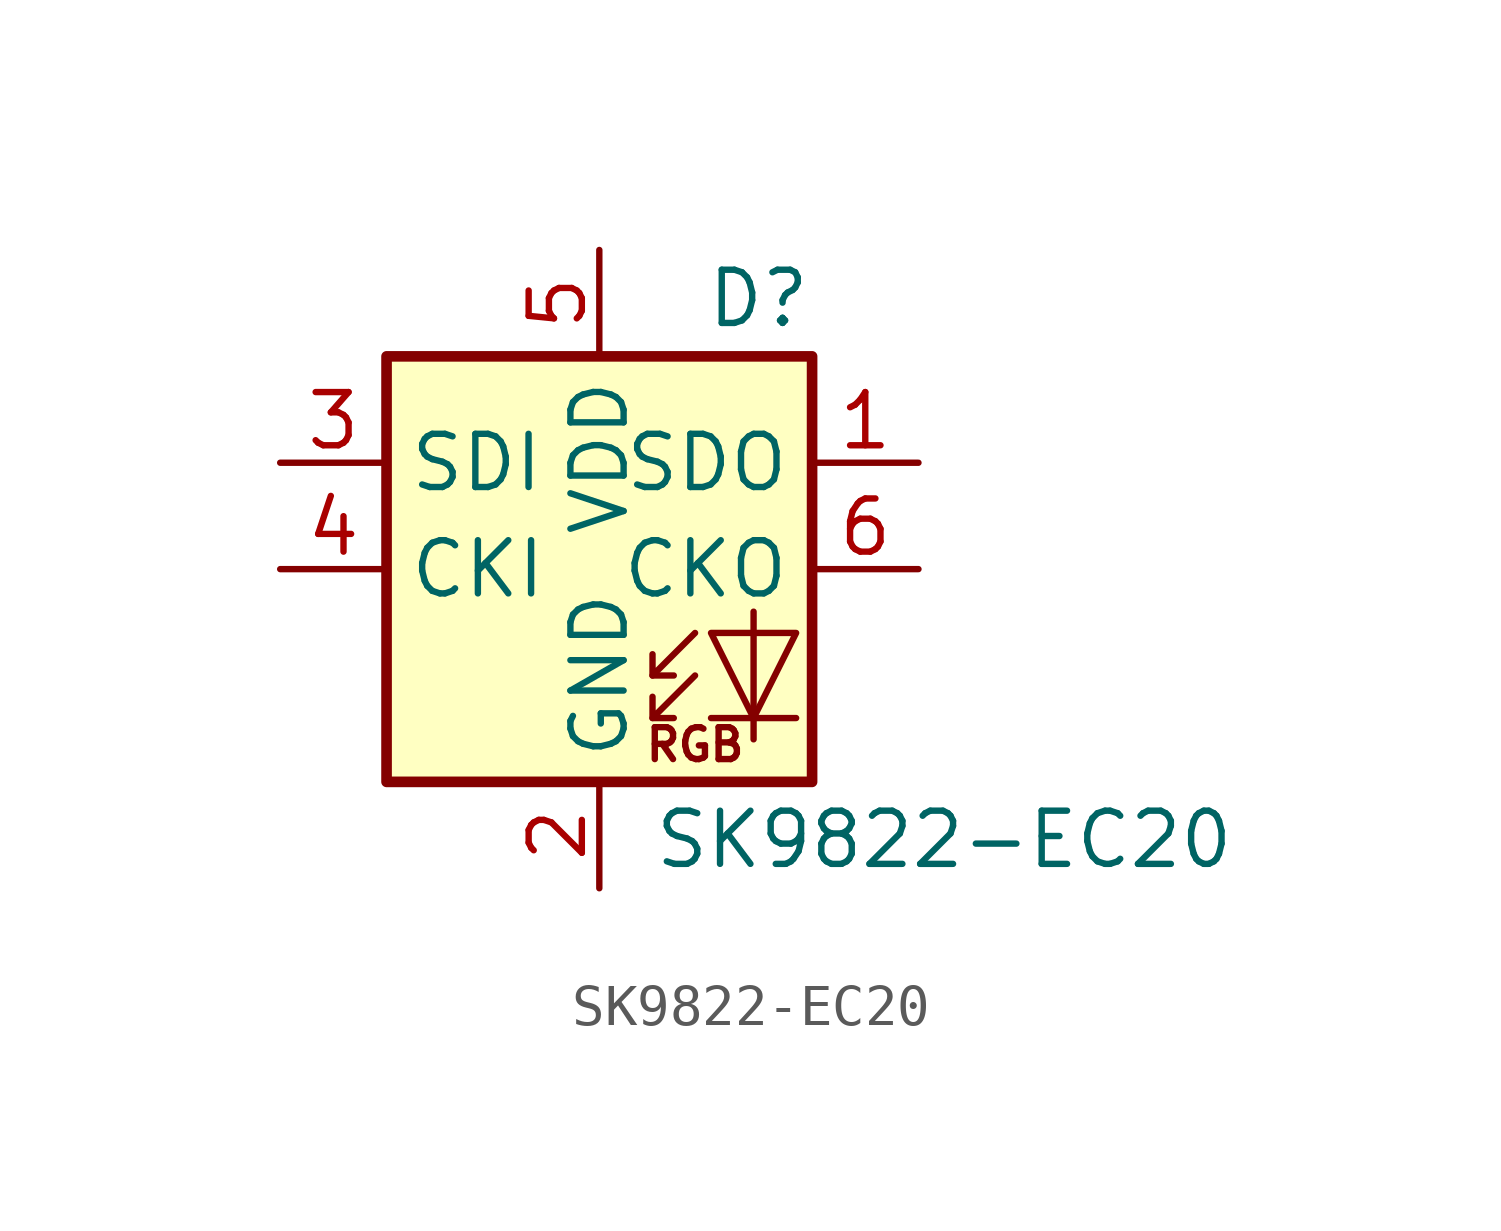
<source format=kicad_sym>
(kicad_symbol_lib
  (version 20211014)
  (generator kicad_symbol_editor)
  (symbol "SK9822-EC20"
    (property "Reference" "D"
      (at 5.08 5.715 0)
      (effects (font (size 1.27 1.27)) (justify right bottom)))
    (property "Value" "SK9822-EC20"
      (at 1.27 -5.715 0)
      (effects (font (size 1.27 1.27)) (justify left top)))
    (symbol "SK9822-EC20_0_0"
      (text "RGB" (at 2.286 -4.191 0) (effects (font (size 0.762 0.762)))))
    (symbol "SK9822-EC20_0_1"
      (polyline (pts (xy 1.27 -3.556) (xy 1.778 -3.556)) (stroke (width 0) (type default) (color 0 0 0 0)) (fill (type none)))
      (polyline (pts (xy 1.27 -2.54) (xy 1.778 -2.54)) (stroke (width 0) (type default) (color 0 0 0 0)) (fill (type none)))
      (polyline (pts (xy 4.699 -3.556) (xy 2.667 -3.556)) (stroke (width 0) (type default) (color 0 0 0 0)) (fill (type none)))
      (polyline (pts (xy 2.286 -2.54) (xy 1.27 -3.556) (xy 1.27 -3.048)) (stroke (width 0) (type default) (color 0 0 0 0)) (fill (type none)))
      (polyline (pts (xy 2.286 -1.524) (xy 1.27 -2.54) (xy 1.27 -2.032)) (stroke (width 0) (type default) (color 0 0 0 0)) (fill (type none)))
      (polyline (pts (xy 3.683 -1.016) (xy 3.683 -3.556) (xy 3.683 -4.064)) (stroke (width 0) (type default) (color 0 0 0 0)) (fill (type none)))
      (polyline (pts (xy 4.699 -1.524) (xy 2.667 -1.524) (xy 3.683 -3.556) (xy 4.699 -1.524)) (stroke (width 0) (type default) (color 0 0 0 0)) (fill (type none)))
      (rectangle (start 5.08 5.08) (end -5.08 -5.08) (stroke (width 0.254) (type default) (color 0 0 0 0)) (fill (type background))))
    (symbol "SK9822-EC20_1_1"
      (pin output line (at 7.62 2.54 180) (length 2.54) (name "SDO" (effects (font (size 1.27 1.27)))) (number "1" (effects (font (size 1.27 1.27)))))
      (pin power_in line (at 0 -7.62 90) (length 2.54) (name "GND" (effects (font (size 1.27 1.27)))) (number "2" (effects (font (size 1.27 1.27)))))
      (pin input line (at -7.62 2.54 0) (length 2.54) (name "SDI" (effects (font (size 1.27 1.27)))) (number "3" (effects (font (size 1.27 1.27)))))
      (pin input line (at -7.62 0 0) (length 2.54) (name "CKI" (effects (font (size 1.27 1.27)))) (number "4" (effects (font (size 1.27 1.27)))))
      (pin power_in line (at 0 7.62 270) (length 2.54) (name "VDD" (effects (font (size 1.27 1.27)))) (number "5" (effects (font (size 1.27 1.27)))))
      (pin output line (at 7.62 0 180) (length 2.54) (name "CKO" (effects (font (size 1.27 1.27)))) (number "6" (effects (font (size 1.27 1.27))))))))
</source>
